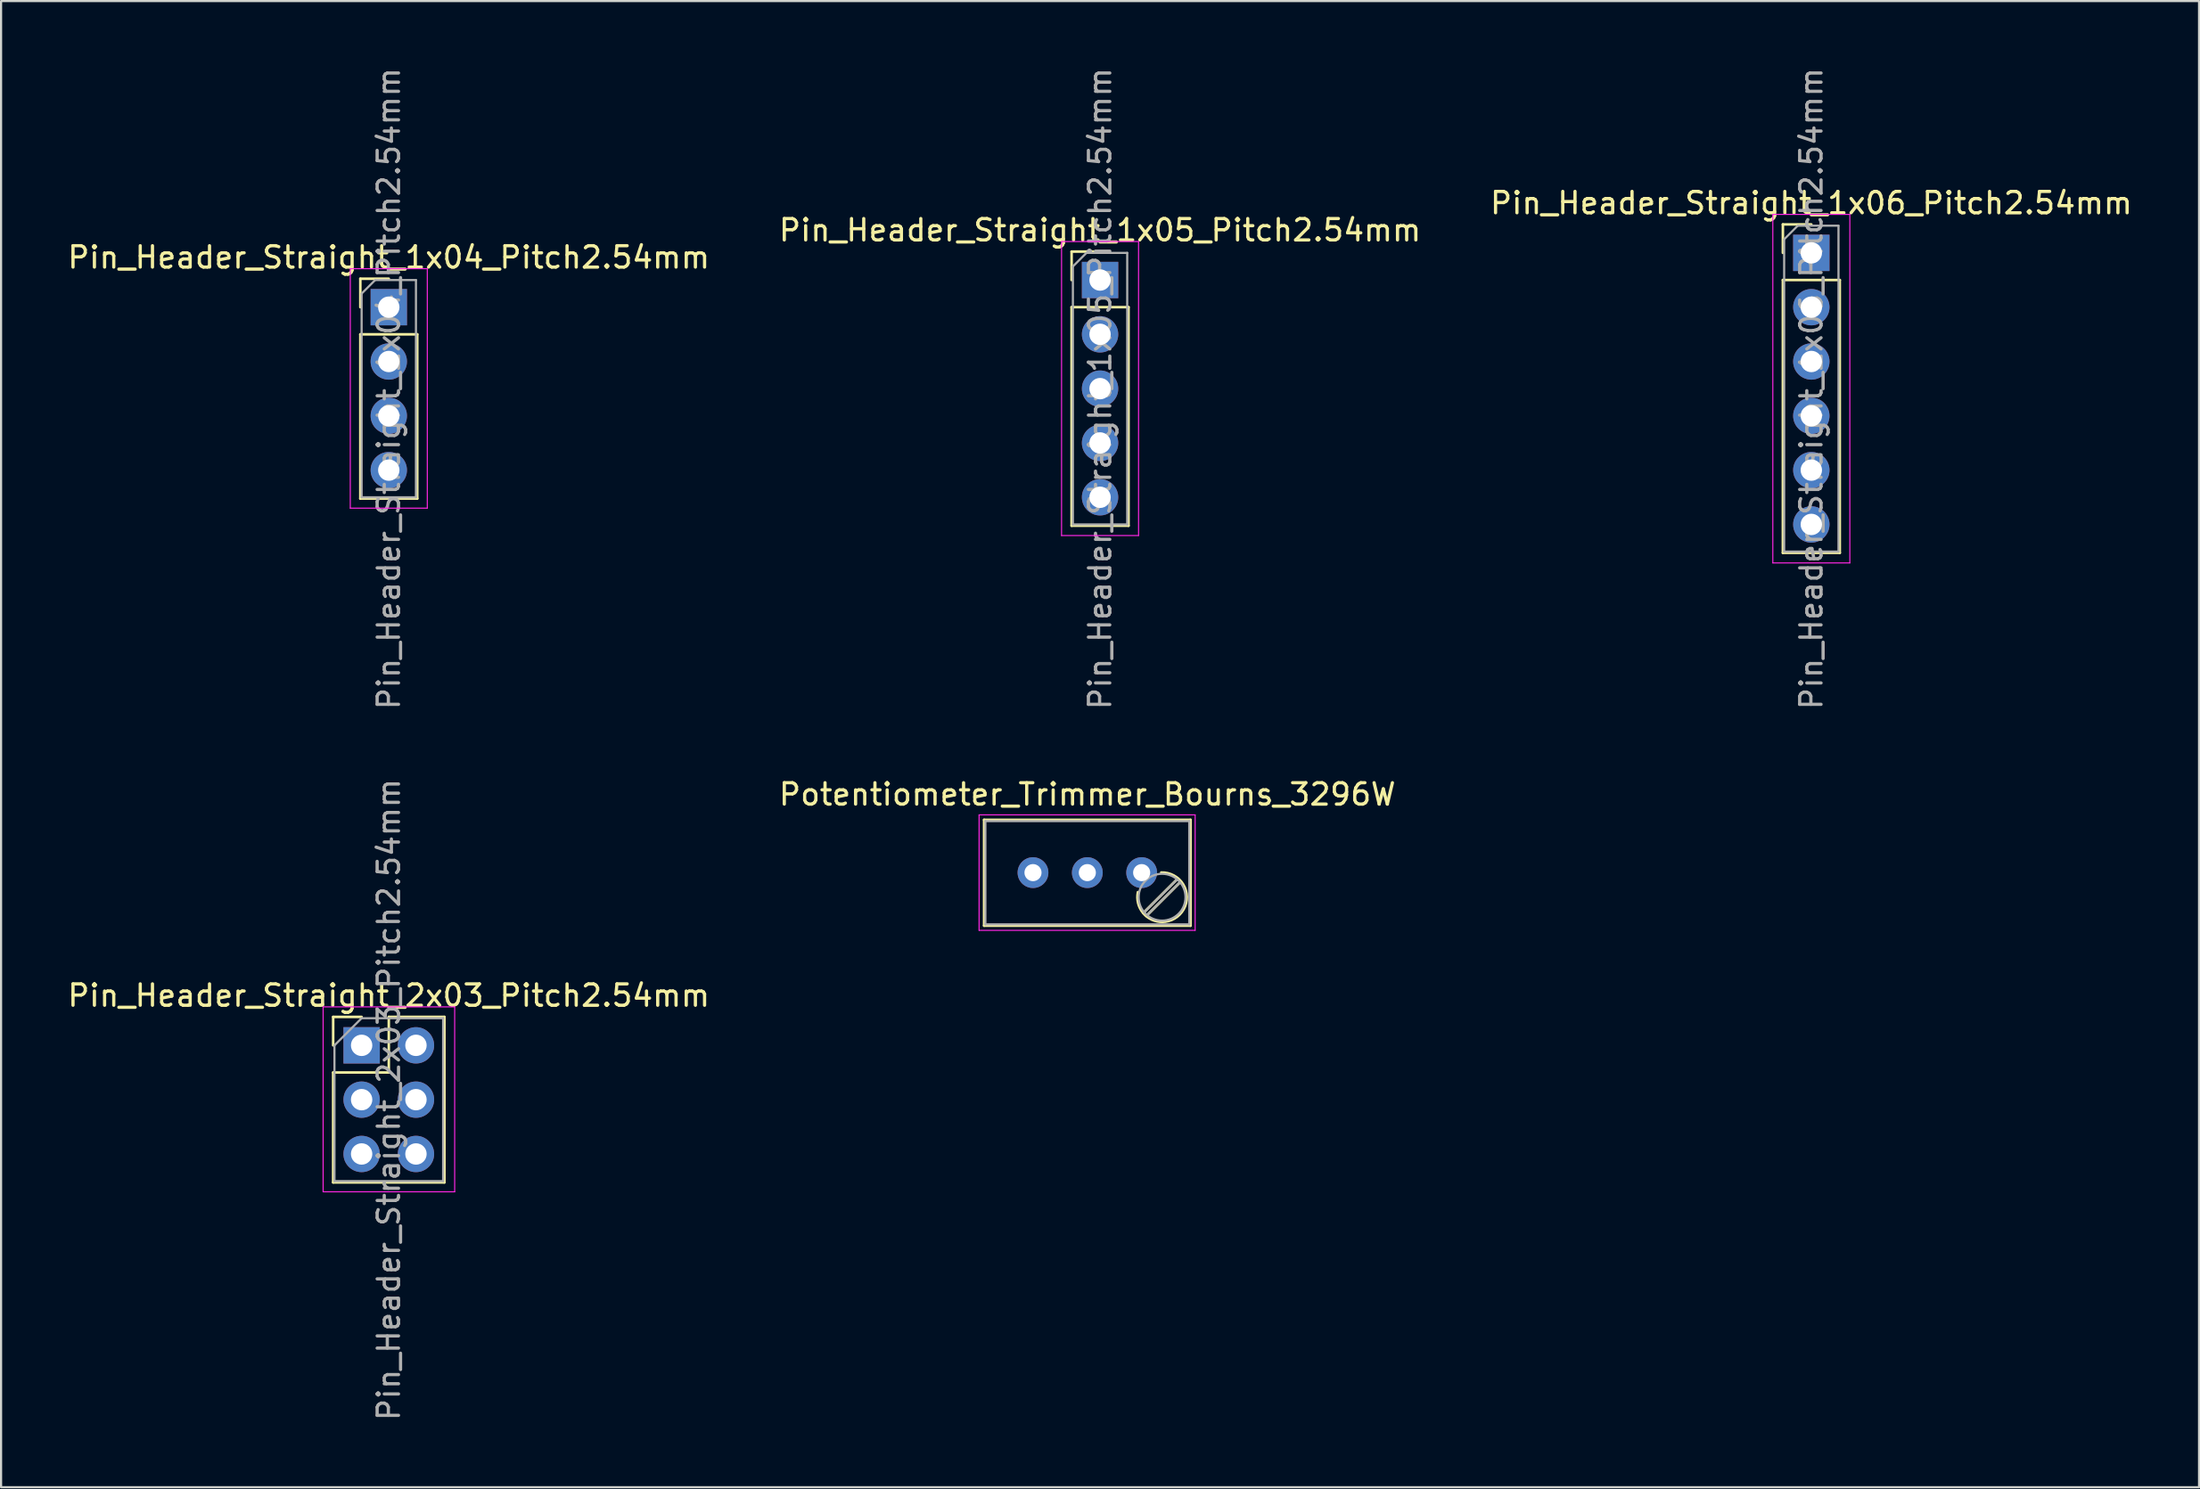
<source format=kicad_pcb>
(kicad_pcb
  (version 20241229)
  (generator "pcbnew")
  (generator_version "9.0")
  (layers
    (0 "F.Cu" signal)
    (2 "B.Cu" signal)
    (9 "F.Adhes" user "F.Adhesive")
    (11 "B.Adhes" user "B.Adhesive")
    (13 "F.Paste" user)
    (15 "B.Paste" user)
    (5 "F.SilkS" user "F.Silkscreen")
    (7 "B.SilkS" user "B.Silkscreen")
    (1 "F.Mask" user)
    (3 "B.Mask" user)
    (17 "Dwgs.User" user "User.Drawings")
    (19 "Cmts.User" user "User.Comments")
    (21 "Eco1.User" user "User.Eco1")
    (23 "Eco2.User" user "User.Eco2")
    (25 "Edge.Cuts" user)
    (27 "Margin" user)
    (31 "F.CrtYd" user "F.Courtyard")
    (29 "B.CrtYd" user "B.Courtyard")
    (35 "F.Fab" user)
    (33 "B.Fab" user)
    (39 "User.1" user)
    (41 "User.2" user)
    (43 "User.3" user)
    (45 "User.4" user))
  (footprint "Pin_Header_Straight_1x04_Pitch2.54mm"
    (layer "F.Cu")
    (at 15.125 11.315)
    (property "Reference" "Pin_Header_Straight_1x04_Pitch2.54mm" (at 0 -2.33 180) (layer "F.SilkS") (effects (font (size 1 1) (thickness 0.15))))
    (attr through_hole)
    (fp_line (start -1.33 -1.33) (end 0 -1.33) (stroke (width 0.12) (type solid)) (layer "F.SilkS"))
    (fp_line (start -1.33 0) (end -1.33 -1.33) (stroke (width 0.12) (type solid)) (layer "F.SilkS"))
    (fp_line (start -1.33 1.27) (end -1.33 8.95) (stroke (width 0.12) (type solid)) (layer "F.SilkS"))
    (fp_line (start -1.33 1.27) (end 1.33 1.27) (stroke (width 0.12) (type solid)) (layer "F.SilkS"))
    (fp_line (start -1.33 8.95) (end 1.33 8.95) (stroke (width 0.12) (type solid)) (layer "F.SilkS"))
    (fp_line (start 1.33 1.27) (end 1.33 8.95) (stroke (width 0.12) (type solid)) (layer "F.SilkS"))
    (fp_line (start -1.8 -1.8) (end -1.8 9.4) (stroke (width 0.05) (type solid)) (layer "F.CrtYd"))
    (fp_line (start -1.8 9.4) (end 1.8 9.4) (stroke (width 0.05) (type solid)) (layer "F.CrtYd"))
    (fp_line (start 1.8 -1.8) (end -1.8 -1.8) (stroke (width 0.05) (type solid)) (layer "F.CrtYd"))
    (fp_line (start 1.8 9.4) (end 1.8 -1.8) (stroke (width 0.05) (type solid)) (layer "F.CrtYd"))
    (fp_line (start -1.27 -0.635) (end -0.635 -1.27) (stroke (width 0.1) (type solid)) (layer "F.Fab"))
    (fp_line (start -1.27 8.89) (end -1.27 -0.635) (stroke (width 0.1) (type solid)) (layer "F.Fab"))
    (fp_line (start -0.635 -1.27) (end 1.27 -1.27) (stroke (width 0.1) (type solid)) (layer "F.Fab"))
    (fp_line (start 1.27 -1.27) (end 1.27 8.89) (stroke (width 0.1) (type solid)) (layer "F.Fab"))
    (fp_line (start 1.27 8.89) (end -1.27 8.89) (stroke (width 0.1) (type solid)) (layer "F.Fab"))
    (fp_text user "${REFERENCE}" (at 0 3.81 270) (layer "F.Fab") (effects (font (size 1 1) (thickness 0.15))))
    (pad "1" thru_hole rect (at 0 0) (size 1.7 1.7) (drill 1) (layers "*.Cu" "*.Mask"))
    (pad "2" thru_hole oval (at 0 2.54) (size 1.7 1.7) (drill 1) (layers "*.Cu" "*.Mask"))
    (pad "3" thru_hole oval (at 0 5.08) (size 1.7 1.7) (drill 1) (layers "*.Cu" "*.Mask"))
    (pad "4" thru_hole oval (at 0 7.62) (size 1.7 1.7) (drill 1) (layers "*.Cu" "*.Mask")))
  (footprint "Potentiometer_Trimmer_Bourns_3296W"
    (layer "F.Cu")
    (at 50.32 37.758)
    (property "Reference" "Potentiometer_Trimmer_Bourns_3296W" (at -2.54 -3.66 180) (layer "F.SilkS") (effects (font (size 1 1) (thickness 0.15))))
    (attr through_hole)
    (fp_line (start -7.365 -2.47) (end -7.365 2.481) (stroke (width 0.12) (type solid)) (layer "F.SilkS"))
    (fp_line (start -7.365 -2.47) (end 2.285 -2.47) (stroke (width 0.12) (type solid)) (layer "F.SilkS"))
    (fp_line (start -7.365 2.481) (end 2.285 2.481) (stroke (width 0.12) (type solid)) (layer "F.SilkS"))
    (fp_line (start 1.691 0.275) (end 0.079 1.885) (stroke (width 0.12) (type solid)) (layer "F.SilkS"))
    (fp_line (start 1.831 0.416) (end 0.22 2.026) (stroke (width 0.12) (type solid)) (layer "F.SilkS"))
    (fp_line (start 2.285 -2.47) (end 2.285 2.481) (stroke (width 0.12) (type solid)) (layer "F.SilkS"))
    (fp_arc (start 0.914691 -0.004296) (mid 2.109824 1.129842) (end 0.955 2.305) (stroke (width 0.12) (type solid)) (layer "F.SilkS"))
    (fp_arc (start 0.975121 2.304052) (mid 0.064355 1.884161) (end -0.174 0.91) (stroke (width 0.12) (type solid)) (layer "F.SilkS"))
    (fp_line (start -7.6 -2.7) (end -7.6 2.7) (stroke (width 0.05) (type solid)) (layer "F.CrtYd"))
    (fp_line (start -7.6 2.7) (end 2.5 2.7) (stroke (width 0.05) (type solid)) (layer "F.CrtYd"))
    (fp_line (start 2.5 -2.7) (end -7.6 -2.7) (stroke (width 0.05) (type solid)) (layer "F.CrtYd"))
    (fp_line (start 2.5 2.7) (end 2.5 -2.7) (stroke (width 0.05) (type solid)) (layer "F.CrtYd"))
    (fp_line (start -7.305 -2.41) (end -7.305 2.42) (stroke (width 0.1) (type solid)) (layer "F.Fab"))
    (fp_line (start -7.305 2.42) (end 2.225 2.42) (stroke (width 0.1) (type solid)) (layer "F.Fab"))
    (fp_line (start 1.652 0.32) (end 0.125 1.847) (stroke (width 0.1) (type solid)) (layer "F.Fab"))
    (fp_line (start 1.786 0.454) (end 0.259 1.981) (stroke (width 0.1) (type solid)) (layer "F.Fab"))
    (fp_line (start 2.225 -2.41) (end -7.305 -2.41) (stroke (width 0.1) (type solid)) (layer "F.Fab"))
    (fp_line (start 2.225 2.42) (end 2.225 -2.41) (stroke (width 0.1) (type solid)) (layer "F.Fab"))
    (fp_circle (center 0.955 1.15) (end 2.05 1.15) (stroke (width 0.1) (type solid)) (fill no) (layer "F.Fab"))
    (pad "1" thru_hole circle (at 0 0) (size 1.44 1.44) (drill 0.8) (layers "*.Cu" "*.Mask"))
    (pad "2" thru_hole circle (at -2.54 0) (size 1.44 1.44) (drill 0.8) (layers "*.Cu" "*.Mask"))
    (pad "3" thru_hole circle (at -5.08 0) (size 1.44 1.44) (drill 0.8) (layers "*.Cu" "*.Mask")))
  (footprint "Pin_Header_Straight_1x06_Pitch2.54mm"
    (layer "F.Cu")
    (at 81.625 8.775)
    (property "Reference" "Pin_Header_Straight_1x06_Pitch2.54mm" (at 0 -2.33 0) (layer "F.SilkS") (effects (font (size 1 1) (thickness 0.15))))
    (attr through_hole)
    (fp_line (start -1.33 -1.33) (end 0 -1.33) (stroke (width 0.12) (type solid)) (layer "F.SilkS"))
    (fp_line (start -1.33 0) (end -1.33 -1.33) (stroke (width 0.12) (type solid)) (layer "F.SilkS"))
    (fp_line (start -1.33 1.27) (end -1.33 14.03) (stroke (width 0.12) (type solid)) (layer "F.SilkS"))
    (fp_line (start -1.33 1.27) (end 1.33 1.27) (stroke (width 0.12) (type solid)) (layer "F.SilkS"))
    (fp_line (start -1.33 14.03) (end 1.33 14.03) (stroke (width 0.12) (type solid)) (layer "F.SilkS"))
    (fp_line (start 1.33 1.27) (end 1.33 14.03) (stroke (width 0.12) (type solid)) (layer "F.SilkS"))
    (fp_line (start -1.8 -1.8) (end -1.8 14.5) (stroke (width 0.05) (type solid)) (layer "F.CrtYd"))
    (fp_line (start -1.8 14.5) (end 1.8 14.5) (stroke (width 0.05) (type solid)) (layer "F.CrtYd"))
    (fp_line (start 1.8 -1.8) (end -1.8 -1.8) (stroke (width 0.05) (type solid)) (layer "F.CrtYd"))
    (fp_line (start 1.8 14.5) (end 1.8 -1.8) (stroke (width 0.05) (type solid)) (layer "F.CrtYd"))
    (fp_line (start -1.27 -0.635) (end -0.635 -1.27) (stroke (width 0.1) (type solid)) (layer "F.Fab"))
    (fp_line (start -1.27 13.97) (end -1.27 -0.635) (stroke (width 0.1) (type solid)) (layer "F.Fab"))
    (fp_line (start -0.635 -1.27) (end 1.27 -1.27) (stroke (width 0.1) (type solid)) (layer "F.Fab"))
    (fp_line (start 1.27 -1.27) (end 1.27 13.97) (stroke (width 0.1) (type solid)) (layer "F.Fab"))
    (fp_line (start 1.27 13.97) (end -1.27 13.97) (stroke (width 0.1) (type solid)) (layer "F.Fab"))
    (fp_text user "${REFERENCE}" (at 0 6.35 270) (layer "F.Fab") (effects (font (size 1 1) (thickness 0.15))))
    (pad "1" thru_hole rect (at 0 0) (size 1.7 1.7) (drill 1) (layers "*.Cu" "*.Mask"))
    (pad "2" thru_hole oval (at 0 2.54) (size 1.7 1.7) (drill 1) (layers "*.Cu" "*.Mask"))
    (pad "3" thru_hole oval (at 0 5.08) (size 1.7 1.7) (drill 1) (layers "*.Cu" "*.Mask"))
    (pad "4" thru_hole oval (at 0 7.62) (size 1.7 1.7) (drill 1) (layers "*.Cu" "*.Mask"))
    (pad "5" thru_hole oval (at 0 10.16) (size 1.7 1.7) (drill 1) (layers "*.Cu" "*.Mask"))
    (pad "6" thru_hole oval (at 0 12.7) (size 1.7 1.7) (drill 1) (layers "*.Cu" "*.Mask")))
  (footprint "Pin_Header_Straight_2x03_Pitch2.54mm"
    (layer "F.Cu")
    (at 13.855 45.835)
    (property "Reference" "Pin_Header_Straight_2x03_Pitch2.54mm" (at 1.27 -2.33 0) (layer "F.SilkS") (effects (font (size 1 1) (thickness 0.15))))
    (attr through_hole)
    (fp_line (start -1.33 -1.33) (end 0 -1.33) (stroke (width 0.12) (type solid)) (layer "F.SilkS"))
    (fp_line (start -1.33 0) (end -1.33 -1.33) (stroke (width 0.12) (type solid)) (layer "F.SilkS"))
    (fp_line (start -1.33 1.27) (end -1.33 6.41) (stroke (width 0.12) (type solid)) (layer "F.SilkS"))
    (fp_line (start -1.33 1.27) (end 1.27 1.27) (stroke (width 0.12) (type solid)) (layer "F.SilkS"))
    (fp_line (start -1.33 6.41) (end 3.87 6.41) (stroke (width 0.12) (type solid)) (layer "F.SilkS"))
    (fp_line (start 1.27 -1.33) (end 3.87 -1.33) (stroke (width 0.12) (type solid)) (layer "F.SilkS"))
    (fp_line (start 1.27 1.27) (end 1.27 -1.33) (stroke (width 0.12) (type solid)) (layer "F.SilkS"))
    (fp_line (start 3.87 -1.33) (end 3.87 6.41) (stroke (width 0.12) (type solid)) (layer "F.SilkS"))
    (fp_line (start -1.8 -1.8) (end -1.8 6.85) (stroke (width 0.05) (type solid)) (layer "F.CrtYd"))
    (fp_line (start -1.8 6.85) (end 4.35 6.85) (stroke (width 0.05) (type solid)) (layer "F.CrtYd"))
    (fp_line (start 4.35 -1.8) (end -1.8 -1.8) (stroke (width 0.05) (type solid)) (layer "F.CrtYd"))
    (fp_line (start 4.35 6.85) (end 4.35 -1.8) (stroke (width 0.05) (type solid)) (layer "F.CrtYd"))
    (fp_line (start -1.27 0) (end 0 -1.27) (stroke (width 0.1) (type solid)) (layer "F.Fab"))
    (fp_line (start -1.27 6.35) (end -1.27 0) (stroke (width 0.1) (type solid)) (layer "F.Fab"))
    (fp_line (start 0 -1.27) (end 3.81 -1.27) (stroke (width 0.1) (type solid)) (layer "F.Fab"))
    (fp_line (start 3.81 -1.27) (end 3.81 6.35) (stroke (width 0.1) (type solid)) (layer "F.Fab"))
    (fp_line (start 3.81 6.35) (end -1.27 6.35) (stroke (width 0.1) (type solid)) (layer "F.Fab"))
    (fp_text user "${REFERENCE}" (at 1.27 2.54 90) (layer "F.Fab") (effects (font (size 1 1) (thickness 0.15))))
    (pad "1" thru_hole rect (at 0 0) (size 1.7 1.7) (drill 1) (layers "*.Cu" "*.Mask"))
    (pad "2" thru_hole oval (at 2.54 0) (size 1.7 1.7) (drill 1) (layers "*.Cu" "*.Mask"))
    (pad "3" thru_hole oval (at 0 2.54) (size 1.7 1.7) (drill 1) (layers "*.Cu" "*.Mask"))
    (pad "4" thru_hole oval (at 2.54 2.54) (size 1.7 1.7) (drill 1) (layers "*.Cu" "*.Mask"))
    (pad "5" thru_hole oval (at 0 5.08) (size 1.7 1.7) (drill 1) (layers "*.Cu" "*.Mask"))
    (pad "6" thru_hole oval (at 2.54 5.08) (size 1.7 1.7) (drill 1) (layers "*.Cu" "*.Mask")))
  (footprint "Pin_Header_Straight_1x05_Pitch2.54mm"
    (layer "F.Cu")
    (at 48.375 10.045)
    (property "Reference" "Pin_Header_Straight_1x05_Pitch2.54mm" (at 0 -2.33 180) (layer "F.SilkS") (effects (font (size 1 1) (thickness 0.15))))
    (attr through_hole)
    (fp_line (start -1.33 -1.33) (end 0 -1.33) (stroke (width 0.12) (type solid)) (layer "F.SilkS"))
    (fp_line (start -1.33 0) (end -1.33 -1.33) (stroke (width 0.12) (type solid)) (layer "F.SilkS"))
    (fp_line (start -1.33 1.27) (end -1.33 11.49) (stroke (width 0.12) (type solid)) (layer "F.SilkS"))
    (fp_line (start -1.33 1.27) (end 1.33 1.27) (stroke (width 0.12) (type solid)) (layer "F.SilkS"))
    (fp_line (start -1.33 11.49) (end 1.33 11.49) (stroke (width 0.12) (type solid)) (layer "F.SilkS"))
    (fp_line (start 1.33 1.27) (end 1.33 11.49) (stroke (width 0.12) (type solid)) (layer "F.SilkS"))
    (fp_line (start -1.8 -1.8) (end -1.8 11.95) (stroke (width 0.05) (type solid)) (layer "F.CrtYd"))
    (fp_line (start -1.8 11.95) (end 1.8 11.95) (stroke (width 0.05) (type solid)) (layer "F.CrtYd"))
    (fp_line (start 1.8 -1.8) (end -1.8 -1.8) (stroke (width 0.05) (type solid)) (layer "F.CrtYd"))
    (fp_line (start 1.8 11.95) (end 1.8 -1.8) (stroke (width 0.05) (type solid)) (layer "F.CrtYd"))
    (fp_line (start -1.27 -0.635) (end -0.635 -1.27) (stroke (width 0.1) (type solid)) (layer "F.Fab"))
    (fp_line (start -1.27 11.43) (end -1.27 -0.635) (stroke (width 0.1) (type solid)) (layer "F.Fab"))
    (fp_line (start -0.635 -1.27) (end 1.27 -1.27) (stroke (width 0.1) (type solid)) (layer "F.Fab"))
    (fp_line (start 1.27 -1.27) (end 1.27 11.43) (stroke (width 0.1) (type solid)) (layer "F.Fab"))
    (fp_line (start 1.27 11.43) (end -1.27 11.43) (stroke (width 0.1) (type solid)) (layer "F.Fab"))
    (fp_text user "${REFERENCE}" (at 0 5.08 90) (layer "F.Fab") (effects (font (size 1 1) (thickness 0.15))))
    (pad "1" thru_hole rect (at 0 0) (size 1.7 1.7) (drill 1) (layers "*.Cu" "*.Mask"))
    (pad "2" thru_hole oval (at 0 2.54) (size 1.7 1.7) (drill 1) (layers "*.Cu" "*.Mask"))
    (pad "3" thru_hole oval (at 0 5.08) (size 1.7 1.7) (drill 1) (layers "*.Cu" "*.Mask"))
    (pad "4" thru_hole oval (at 0 7.62) (size 1.7 1.7) (drill 1) (layers "*.Cu" "*.Mask"))
    (pad "5" thru_hole oval (at 0 10.16) (size 1.7 1.7) (drill 1) (layers "*.Cu" "*.Mask")))
  (gr_rect
    (start -3 -3)
    (end 99.75 66.5)
    (stroke (width 0.1) (type default))
    (fill no)
    (layer "Edge.Cuts")))
</source>
